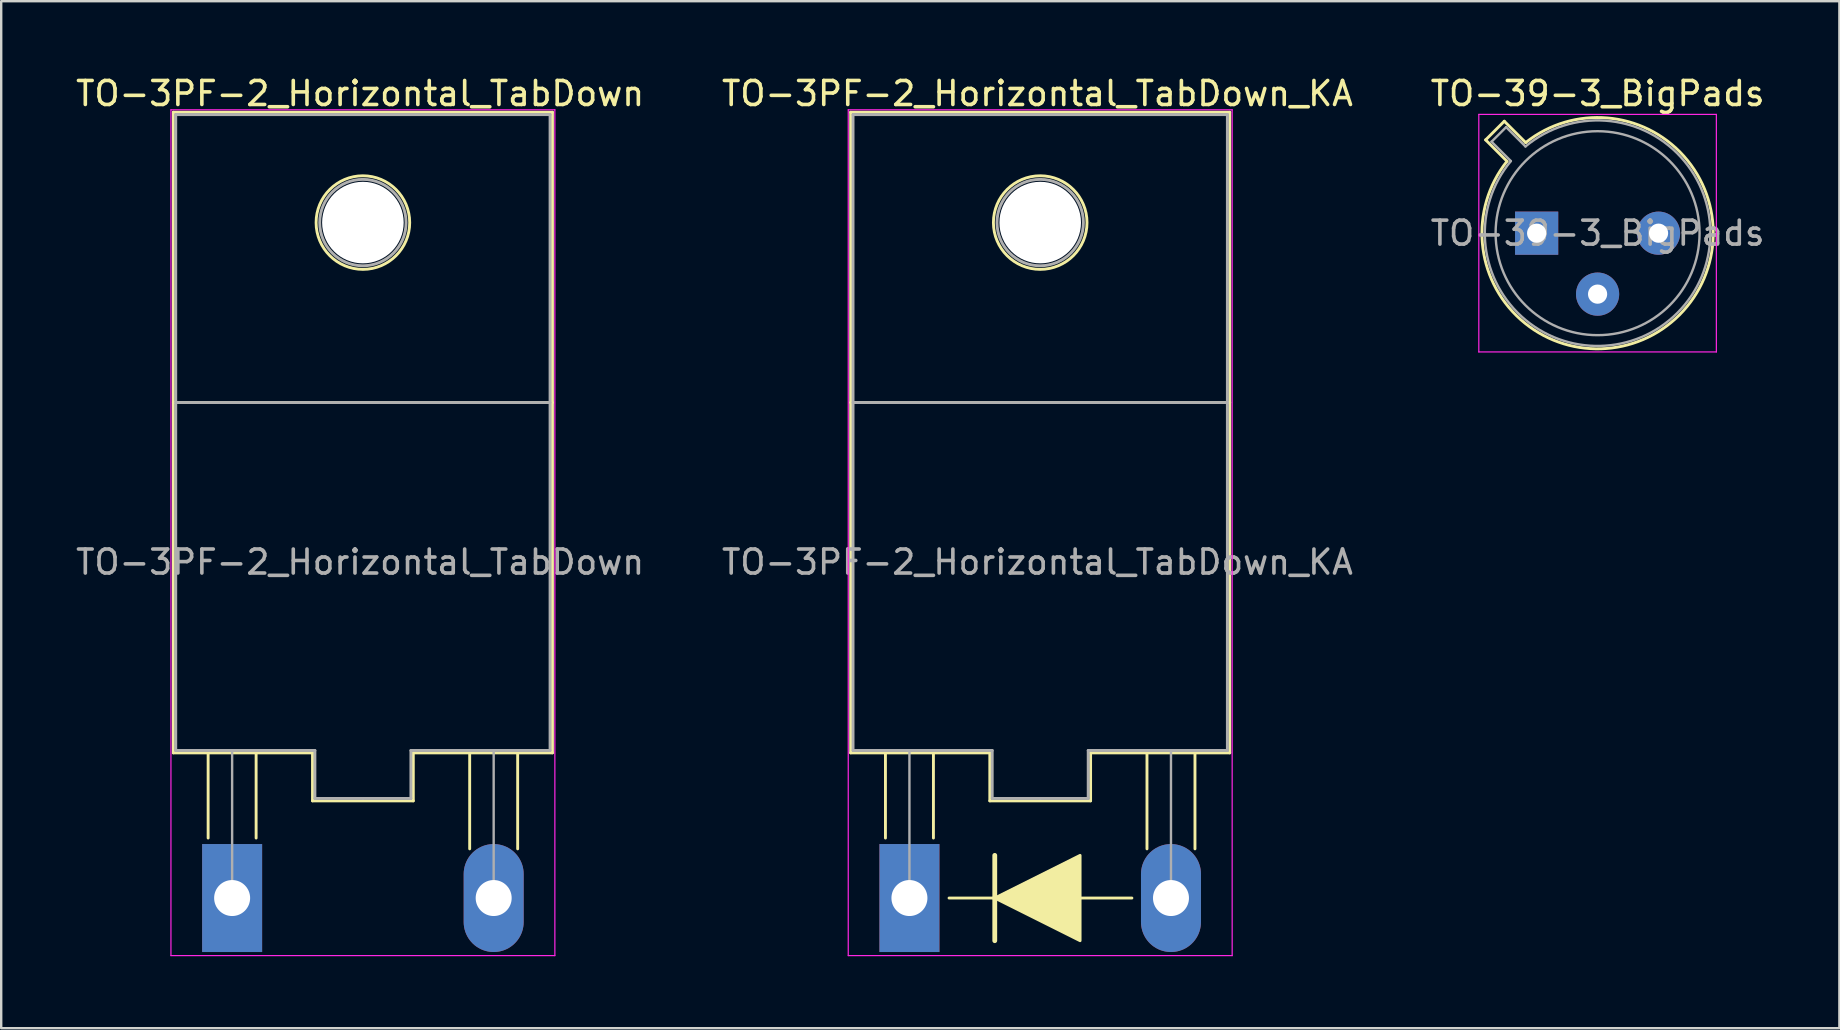
<source format=kicad_pcb>
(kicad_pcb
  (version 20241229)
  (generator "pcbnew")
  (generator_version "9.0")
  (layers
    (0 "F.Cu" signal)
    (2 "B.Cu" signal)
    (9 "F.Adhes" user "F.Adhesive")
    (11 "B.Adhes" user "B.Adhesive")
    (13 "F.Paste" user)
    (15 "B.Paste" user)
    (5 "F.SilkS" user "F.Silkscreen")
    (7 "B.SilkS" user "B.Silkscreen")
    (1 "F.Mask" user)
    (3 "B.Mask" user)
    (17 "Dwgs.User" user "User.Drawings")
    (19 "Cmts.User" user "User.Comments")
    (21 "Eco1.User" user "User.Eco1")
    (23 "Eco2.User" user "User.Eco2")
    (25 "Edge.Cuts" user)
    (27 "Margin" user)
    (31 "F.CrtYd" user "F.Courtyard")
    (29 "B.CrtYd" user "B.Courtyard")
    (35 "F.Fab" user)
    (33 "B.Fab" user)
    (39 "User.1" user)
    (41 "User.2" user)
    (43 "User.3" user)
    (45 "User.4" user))
  (footprint "TO-3PF-2_Horizontal_TabDown"
    (layer "F.Cu")
    (at 6.624 34.376)
    (property "Reference" "TO-3PF-2_Horizontal_TabDown" (at 5.334 -33.528 0) (layer "F.SilkS") (effects (font (size 1 1) (thickness 0.15))))
    (attr through_hole)
    (fp_line (start -2.45 -32.75) (end 13.35 -32.75) (stroke (width 0.12) (type solid)) (layer "F.SilkS"))
    (fp_line (start -2.45 -6.05) (end -2.45 -32.75) (stroke (width 0.12) (type solid)) (layer "F.SilkS"))
    (fp_line (start -1 -6) (end -1 -2.5) (stroke (width 0.12) (type solid)) (layer "F.SilkS"))
    (fp_line (start 1 -6) (end 1 -2.5) (stroke (width 0.12) (type solid)) (layer "F.SilkS"))
    (fp_line (start 3.35 -6.05) (end -2.45 -6.05) (stroke (width 0.12) (type solid)) (layer "F.SilkS"))
    (fp_line (start 3.35 -4.05) (end 3.35 -6.05) (stroke (width 0.12) (type solid)) (layer "F.SilkS"))
    (fp_line (start 7.55 -6.05) (end 7.55 -4.05) (stroke (width 0.12) (type solid)) (layer "F.SilkS"))
    (fp_line (start 7.55 -4.05) (end 3.35 -4.05) (stroke (width 0.12) (type solid)) (layer "F.SilkS"))
    (fp_line (start 9.9 -6) (end 9.9 -2.05) (stroke (width 0.12) (type solid)) (layer "F.SilkS"))
    (fp_line (start 11.9 -6) (end 11.9 -2.05) (stroke (width 0.12) (type solid)) (layer "F.SilkS"))
    (fp_line (start 13.35 -32.75) (end 13.35 -6.05) (stroke (width 0.12) (type solid)) (layer "F.SilkS"))
    (fp_line (start 13.35 -20.65) (end -2.45 -20.65) (stroke (width 0.12) (type solid)) (layer "F.SilkS"))
    (fp_line (start 13.35 -6.05) (end 7.55 -6.05) (stroke (width 0.12) (type solid)) (layer "F.SilkS"))
    (fp_circle (center 5.45 -28.15) (end 7.4 -28.15) (stroke (width 0.12) (type solid)) (fill no) (layer "F.SilkS"))
    (fp_line (start -2.55 -32.85) (end -2.55 2.4) (stroke (width 0.05) (type solid)) (layer "F.CrtYd"))
    (fp_line (start -2.55 2.4) (end 13.45 2.4) (stroke (width 0.05) (type solid)) (layer "F.CrtYd"))
    (fp_line (start 13.45 -32.85) (end -2.55 -32.85) (stroke (width 0.05) (type solid)) (layer "F.CrtYd"))
    (fp_line (start 13.45 2.4) (end 13.45 -32.85) (stroke (width 0.05) (type solid)) (layer "F.CrtYd"))
    (fp_line (start -2.35 -32.65) (end 13.25 -32.65) (stroke (width 0.12) (type solid)) (layer "F.Fab"))
    (fp_line (start -2.35 -20.65) (end 13.25 -20.65) (stroke (width 0.12) (type solid)) (layer "F.Fab"))
    (fp_line (start -2.35 -6.15) (end -2.35 -32.65) (stroke (width 0.12) (type solid)) (layer "F.Fab"))
    (fp_line (start 0 0) (end 0 -6.15) (stroke (width 0.1) (type solid)) (layer "F.Fab"))
    (fp_line (start 3.45 -6.15) (end -2.35 -6.15) (stroke (width 0.12) (type solid)) (layer "F.Fab"))
    (fp_line (start 3.45 -4.15) (end 3.45 -6.15) (stroke (width 0.12) (type solid)) (layer "F.Fab"))
    (fp_line (start 5.45 -4.15) (end 3.45 -4.15) (stroke (width 0.12) (type solid)) (layer "F.Fab"))
    (fp_line (start 5.45 -4.15) (end 7.45 -4.15) (stroke (width 0.12) (type solid)) (layer "F.Fab"))
    (fp_line (start 7.45 -4.15) (end 7.45 -6.15) (stroke (width 0.12) (type solid)) (layer "F.Fab"))
    (fp_line (start 10.9 -6.1) (end 10.9 0) (stroke (width 0.1) (type solid)) (layer "F.Fab"))
    (fp_line (start 13.25 -32.65) (end 13.25 -6.15) (stroke (width 0.12) (type solid)) (layer "F.Fab"))
    (fp_line (start 13.25 -6.15) (end 7.45 -6.15) (stroke (width 0.12) (type solid)) (layer "F.Fab"))
    (fp_circle (center 5.45 -28.15) (end 7.25 -28.15) (stroke (width 0.12) (type solid)) (fill no) (layer "F.Fab"))
    (fp_text user "${REFERENCE}" (at 5.334 -14 0) (layer "F.Fab") (effects (font (size 1 1) (thickness 0.15))))
    (pad "" np_thru_hole circle (at 5.45 -28.15) (size 3.4 3.4) (drill 3.4) (layers "*.Cu" "*.Mask"))
    (pad "1" thru_hole rect (at 0 0) (size 2.5 4.5) (drill 1.5) (layers "*.Cu" "*.Mask"))
    (pad "2" thru_hole oval (at 10.9 0) (size 2.5 4.5) (drill 1.5) (layers "*.Cu" "*.Mask")))
  (footprint "TO-3PF-2_Horizontal_TabDown_KA"
    (layer "F.Cu")
    (at 34.851 34.376)
    (property "Reference" "TO-3PF-2_Horizontal_TabDown_KA" (at 5.334 -33.528 0) (layer "F.SilkS") (effects (font (size 1 1) (thickness 0.15))))
    (attr through_hole)
    (fp_line (start -2.45 -32.75) (end 13.35 -32.75) (stroke (width 0.12) (type solid)) (layer "F.SilkS"))
    (fp_line (start -2.45 -6.05) (end -2.45 -32.75) (stroke (width 0.12) (type solid)) (layer "F.SilkS"))
    (fp_line (start -1 -6) (end -1 -2.5) (stroke (width 0.12) (type solid)) (layer "F.SilkS"))
    (fp_line (start 1 -6) (end 1 -2.5) (stroke (width 0.12) (type solid)) (layer "F.SilkS"))
    (fp_line (start 1.651 0) (end 9.271 0) (stroke (width 0.12) (type default)) (layer "F.SilkS"))
    (fp_line (start 3.35 -6.05) (end -2.45 -6.05) (stroke (width 0.12) (type solid)) (layer "F.SilkS"))
    (fp_line (start 3.35 -4.05) (end 3.35 -6.05) (stroke (width 0.12) (type solid)) (layer "F.SilkS"))
    (fp_line (start 3.556 -1.778) (end 3.556 0) (stroke (width 0.2) (type default)) (layer "F.SilkS"))
    (fp_line (start 3.556 1.778) (end 3.556 0) (stroke (width 0.2) (type default)) (layer "F.SilkS"))
    (fp_line (start 7.55 -6.05) (end 7.55 -4.05) (stroke (width 0.12) (type solid)) (layer "F.SilkS"))
    (fp_line (start 7.55 -4.05) (end 3.35 -4.05) (stroke (width 0.12) (type solid)) (layer "F.SilkS"))
    (fp_line (start 9.9 -6) (end 9.9 -2.05) (stroke (width 0.12) (type solid)) (layer "F.SilkS"))
    (fp_line (start 11.9 -6) (end 11.9 -2.05) (stroke (width 0.12) (type solid)) (layer "F.SilkS"))
    (fp_line (start 13.35 -32.75) (end 13.35 -6.05) (stroke (width 0.12) (type solid)) (layer "F.SilkS"))
    (fp_line (start 13.35 -20.65) (end -2.45 -20.65) (stroke (width 0.12) (type solid)) (layer "F.SilkS"))
    (fp_line (start 13.35 -6.05) (end 7.55 -6.05) (stroke (width 0.12) (type solid)) (layer "F.SilkS"))
    (fp_circle (center 5.45 -28.15) (end 7.4 -28.15) (stroke (width 0.12) (type solid)) (fill no) (layer "F.SilkS"))
    (fp_poly (pts (xy 3.556 0) (xy 7.112 -1.778) (xy 7.112 1.778)) (stroke (width 0.12) (type solid)) (fill yes) (layer "F.SilkS"))
    (fp_line (start -2.55 -32.85) (end -2.55 2.4) (stroke (width 0.05) (type solid)) (layer "F.CrtYd"))
    (fp_line (start -2.55 2.4) (end 13.45 2.4) (stroke (width 0.05) (type solid)) (layer "F.CrtYd"))
    (fp_line (start 13.45 -32.85) (end -2.55 -32.85) (stroke (width 0.05) (type solid)) (layer "F.CrtYd"))
    (fp_line (start 13.45 2.4) (end 13.45 -32.85) (stroke (width 0.05) (type solid)) (layer "F.CrtYd"))
    (fp_line (start -2.35 -32.65) (end 13.25 -32.65) (stroke (width 0.12) (type solid)) (layer "F.Fab"))
    (fp_line (start -2.35 -20.65) (end 13.25 -20.65) (stroke (width 0.12) (type solid)) (layer "F.Fab"))
    (fp_line (start -2.35 -6.15) (end -2.35 -32.65) (stroke (width 0.12) (type solid)) (layer "F.Fab"))
    (fp_line (start 0 0) (end 0 -6.15) (stroke (width 0.1) (type solid)) (layer "F.Fab"))
    (fp_line (start 3.45 -6.15) (end -2.35 -6.15) (stroke (width 0.12) (type solid)) (layer "F.Fab"))
    (fp_line (start 3.45 -4.15) (end 3.45 -6.15) (stroke (width 0.12) (type solid)) (layer "F.Fab"))
    (fp_line (start 5.45 -4.15) (end 3.45 -4.15) (stroke (width 0.12) (type solid)) (layer "F.Fab"))
    (fp_line (start 5.45 -4.15) (end 7.45 -4.15) (stroke (width 0.12) (type solid)) (layer "F.Fab"))
    (fp_line (start 7.45 -4.15) (end 7.45 -6.15) (stroke (width 0.12) (type solid)) (layer "F.Fab"))
    (fp_line (start 10.9 -6.1) (end 10.9 0) (stroke (width 0.1) (type solid)) (layer "F.Fab"))
    (fp_line (start 13.25 -32.65) (end 13.25 -6.15) (stroke (width 0.12) (type solid)) (layer "F.Fab"))
    (fp_line (start 13.25 -6.15) (end 7.45 -6.15) (stroke (width 0.12) (type solid)) (layer "F.Fab"))
    (fp_circle (center 5.45 -28.15) (end 7.25 -28.15) (stroke (width 0.12) (type solid)) (fill no) (layer "F.Fab"))
    (fp_text user "${REFERENCE}" (at 5.334 -14 0) (layer "F.Fab") (effects (font (size 1 1) (thickness 0.15))))
    (pad "" np_thru_hole circle (at 5.45 -28.15) (size 3.4 3.4) (drill 3.4) (layers "*.Cu" "*.Mask"))
    (pad "1" thru_hole rect (at 0 0) (size 2.5 4.5) (drill 1.5) (layers "*.Cu" "*.Mask"))
    (pad "2" thru_hole oval (at 10.9 0) (size 2.5 4.5) (drill 1.5) (layers "*.Cu" "*.Mask")))
  (footprint "TO-39-3_BigPads"
    (layer "F.Cu")
    (at 60.99 6.668)
    (property "Reference" "TO-39-3_BigPads" (at 2.54 -5.82 0) (layer "F.SilkS") (effects (font (size 1 1) (thickness 0.15))))
    (attr through_hole)
    (fp_line (start -2.126 -3.888) (end -1.235 -2.997) (stroke (width 0.12) (type solid)) (layer "F.SilkS"))
    (fp_line (start -1.348 -4.666) (end -2.126 -3.888) (stroke (width 0.12) (type solid)) (layer "F.SilkS"))
    (fp_line (start -0.457 -3.775) (end -1.348 -4.666) (stroke (width 0.12) (type solid)) (layer "F.SilkS"))
    (fp_arc (start -0.457084 -3.774902) (mid 5.948125 3.408384) (end -1.234674 -2.997371) (stroke (width 0.12) (type solid)) (layer "F.SilkS"))
    (fp_line (start -2.41 -4.95) (end -2.41 4.95) (stroke (width 0.05) (type solid)) (layer "F.CrtYd"))
    (fp_line (start -2.41 4.95) (end 7.49 4.95) (stroke (width 0.05) (type solid)) (layer "F.CrtYd"))
    (fp_line (start 7.49 -4.95) (end -2.41 -4.95) (stroke (width 0.05) (type solid)) (layer "F.CrtYd"))
    (fp_line (start 7.49 4.95) (end 7.49 -4.95) (stroke (width 0.05) (type solid)) (layer "F.CrtYd"))
    (fp_line (start -1.88 -3.812) (end -1.074 -3.005) (stroke (width 0.1) (type solid)) (layer "F.Fab"))
    (fp_line (start -1.272 -4.42) (end -1.88 -3.812) (stroke (width 0.1) (type solid)) (layer "F.Fab"))
    (fp_line (start -0.465 -3.614) (end -1.272 -4.42) (stroke (width 0.1) (type solid)) (layer "F.Fab"))
    (fp_arc (start -0.465408 -3.61352) (mid 5.863443 3.323361) (end -1.073594 -3.005319) (stroke (width 0.1) (type solid)) (layer "F.Fab"))
    (fp_circle (center 2.54 0) (end 6.79 0) (stroke (width 0.1) (type solid)) (fill no) (layer "F.Fab"))
    (fp_text user "${REFERENCE}" (at 2.54 0 0) (layer "F.Fab") (effects (font (size 1 1) (thickness 0.15))))
    (pad "1" thru_hole rect (at 0 0) (size 1.8 1.8) (drill 0.8) (layers "*.Cu" "*.Mask"))
    (pad "2" thru_hole oval (at 2.54 2.54) (size 1.8 1.8) (drill 0.8) (layers "*.Cu" "*.Mask"))
    (pad "3" thru_hole oval (at 5.08 0) (size 1.8 1.8) (drill 0.8) (layers "*.Cu" "*.Mask")))
  (gr_rect
    (start -3 -3)
    (end 73.607 39.801)
    (stroke (width 0.1) (type default))
    (fill no)
    (layer "Edge.Cuts")))
</source>
